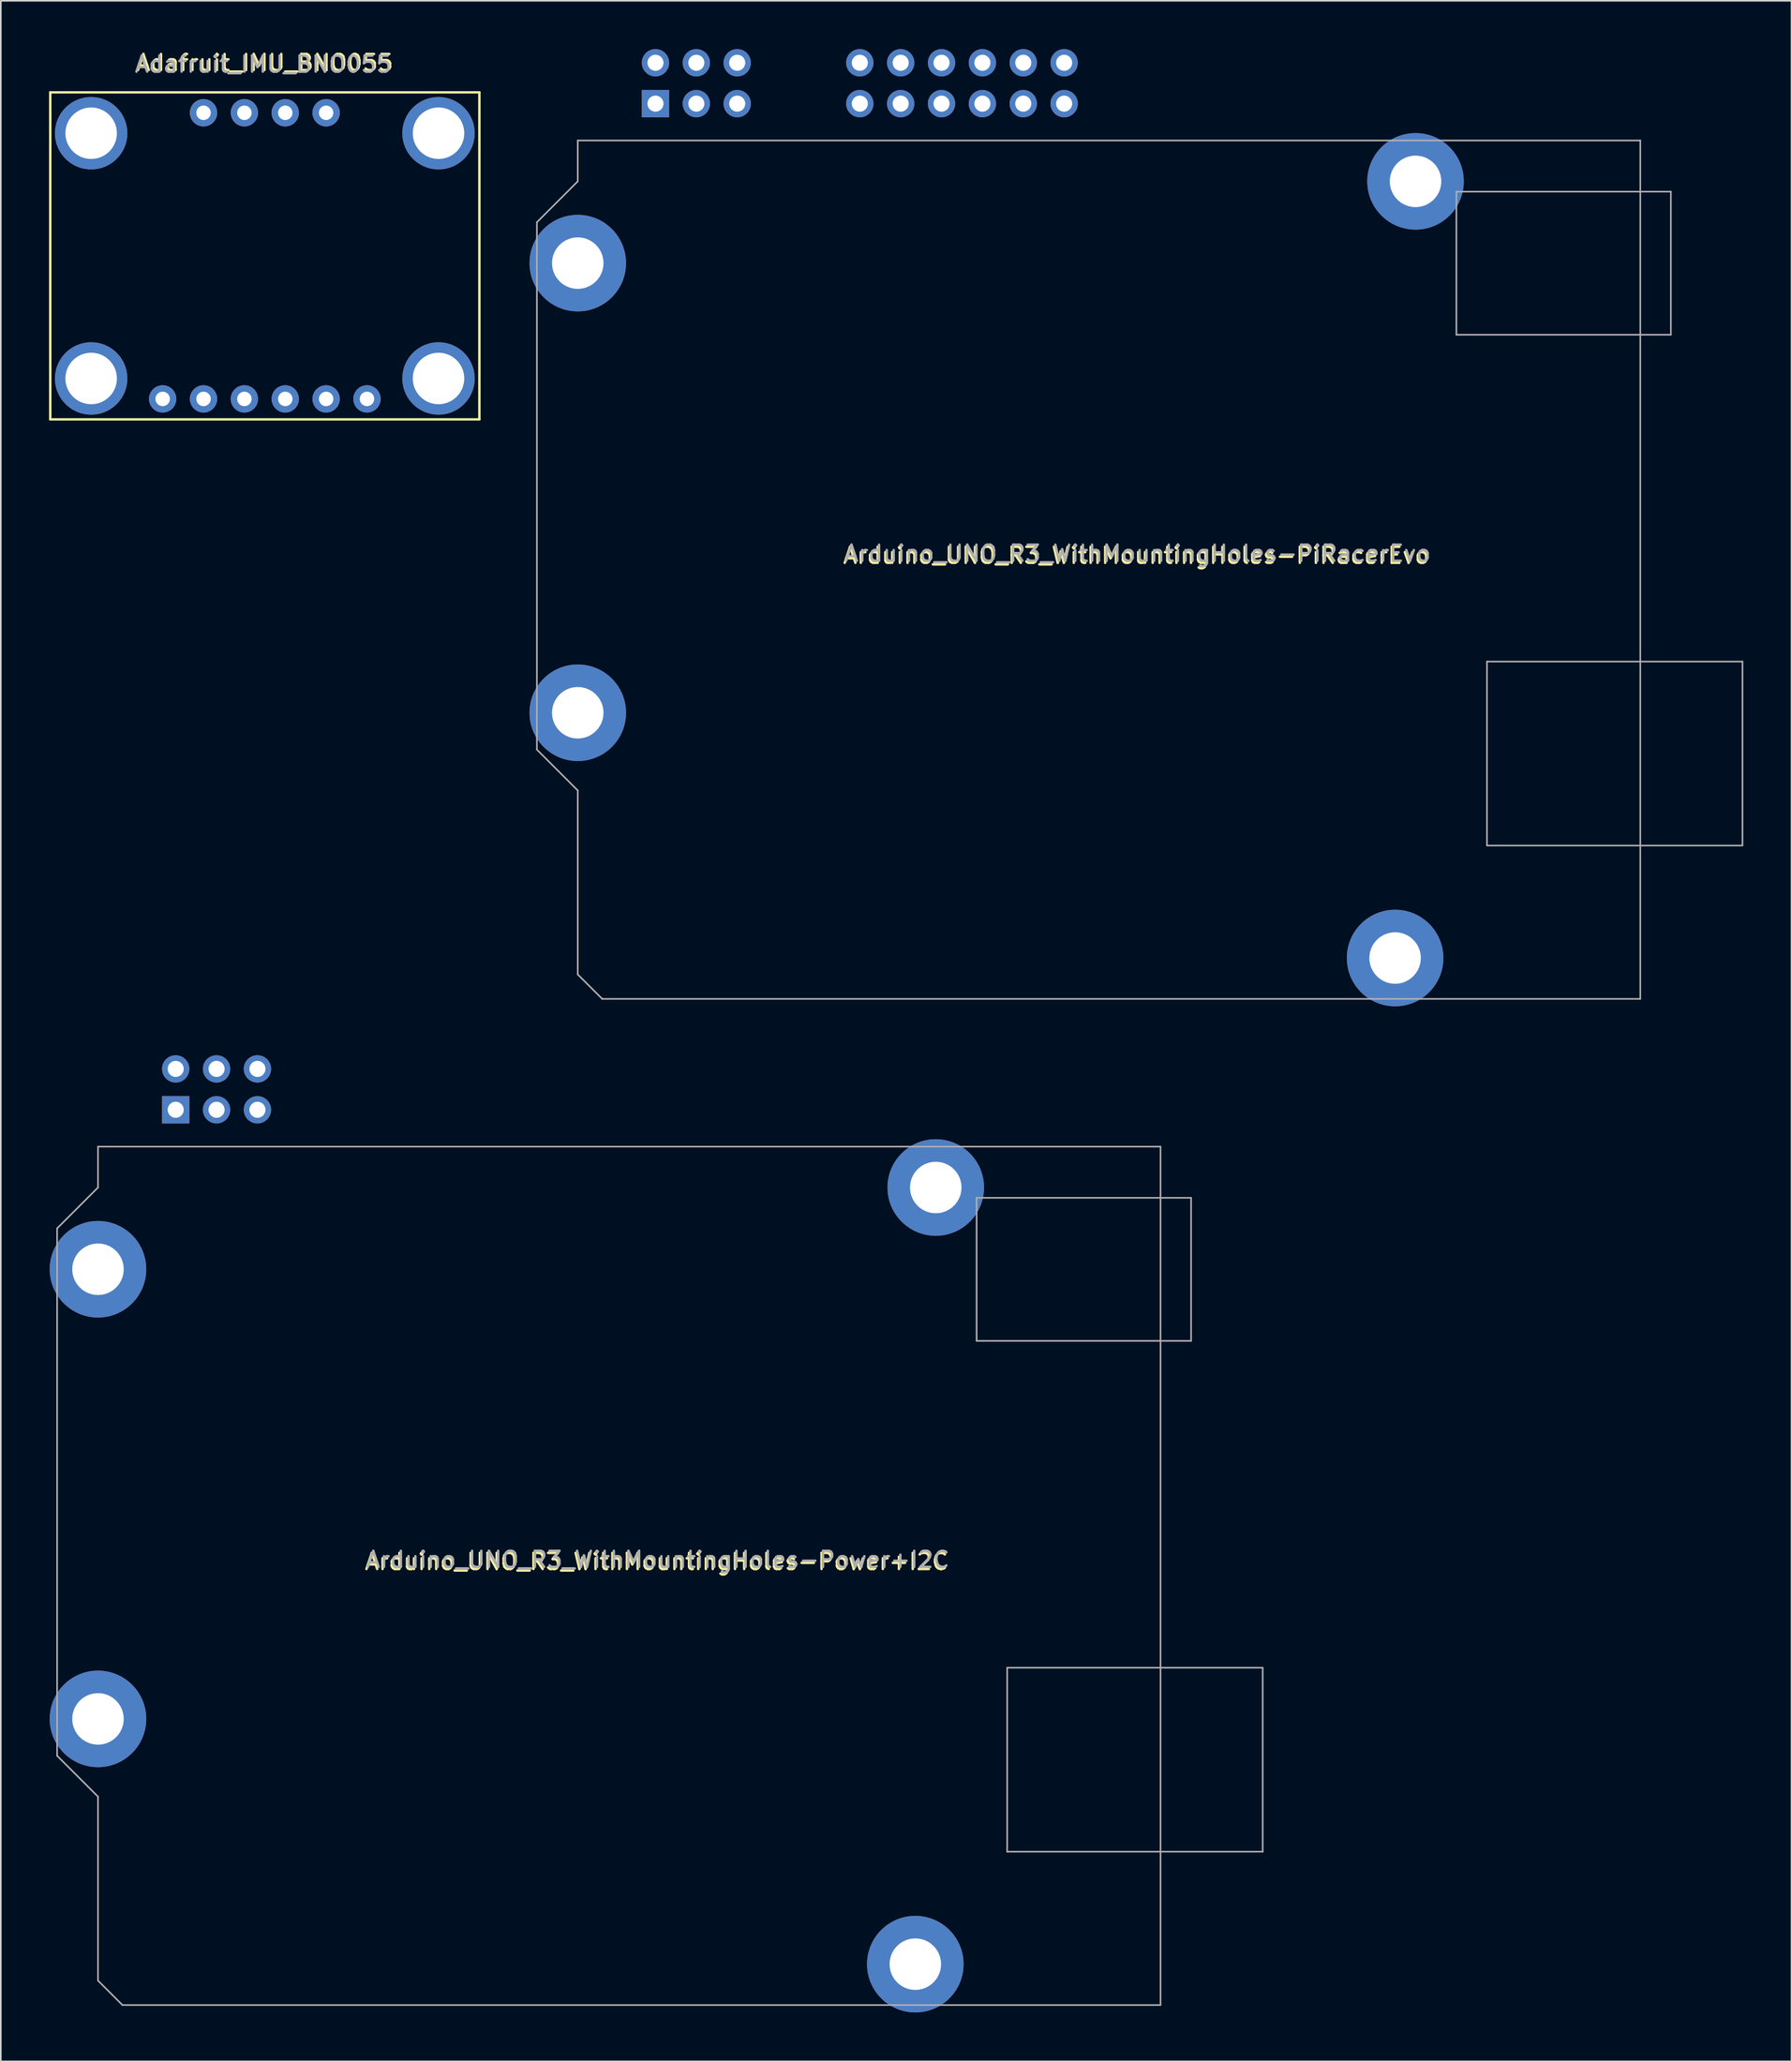
<source format=kicad_pcb>
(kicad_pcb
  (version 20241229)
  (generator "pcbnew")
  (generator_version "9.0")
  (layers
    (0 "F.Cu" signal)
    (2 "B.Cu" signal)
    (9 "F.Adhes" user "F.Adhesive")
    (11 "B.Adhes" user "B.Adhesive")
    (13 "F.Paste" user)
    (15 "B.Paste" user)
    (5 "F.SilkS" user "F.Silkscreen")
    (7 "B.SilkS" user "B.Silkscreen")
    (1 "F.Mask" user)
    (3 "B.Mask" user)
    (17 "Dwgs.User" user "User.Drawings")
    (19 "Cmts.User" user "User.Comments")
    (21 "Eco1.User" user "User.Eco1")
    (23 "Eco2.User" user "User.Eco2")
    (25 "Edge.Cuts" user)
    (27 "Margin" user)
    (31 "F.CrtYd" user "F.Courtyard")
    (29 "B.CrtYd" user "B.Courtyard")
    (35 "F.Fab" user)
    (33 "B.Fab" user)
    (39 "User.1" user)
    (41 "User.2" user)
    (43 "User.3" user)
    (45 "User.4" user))
  (footprint "Arduino_UNO_R3_WithMountingHoles-PiRacerEvo"
    (layer "F.Cu")
    (at 30.07 59.27)
    (property "Reference" "Arduino_UNO_R3_WithMountingHoles-PiRacerEvo" (at 37.5 -27.8 180) (layer "F.SilkS") (effects (font (size 1 1) (thickness 0.15))))
    (attr through_hole)
    (fp_line (start 0.25 -48.51) (end 0.25 -15.74) (stroke (width 0.1) (type solid)) (layer "F.Fab"))
    (fp_line (start 0.25 -15.74) (end 2.79 -13.2) (stroke (width 0.1) (type solid)) (layer "F.Fab"))
    (fp_line (start 2.79 -53.59) (end 2.79 -51.05) (stroke (width 0.1) (type solid)) (layer "F.Fab"))
    (fp_line (start 2.79 -51.05) (end 0.25 -48.51) (stroke (width 0.1) (type solid)) (layer "F.Fab"))
    (fp_line (start 2.79 -13.2) (end 2.79 -1.77) (stroke (width 0.1) (type solid)) (layer "F.Fab"))
    (fp_line (start 2.79 -1.77) (end 4.31 -0.25) (stroke (width 0.1) (type solid)) (layer "F.Fab"))
    (fp_line (start 4.31 -0.25) (end 68.83 -0.25) (stroke (width 0.1) (type solid)) (layer "F.Fab"))
    (fp_line (start 57.4 -50.41) (end 57.4 -41.52) (stroke (width 0.1) (type solid)) (layer "F.Fab"))
    (fp_line (start 57.4 -41.52) (end 70.73 -41.52) (stroke (width 0.1) (type solid)) (layer "F.Fab"))
    (fp_line (start 59.3 -21.21) (end 59.3 -9.78) (stroke (width 0.1) (type solid)) (layer "F.Fab"))
    (fp_line (start 59.3 -9.78) (end 75.18 -9.78) (stroke (width 0.1) (type solid)) (layer "F.Fab"))
    (fp_line (start 68.83 -53.59) (end 2.79 -53.59) (stroke (width 0.1) (type solid)) (layer "F.Fab"))
    (fp_line (start 68.83 -0.25) (end 68.83 -53.59) (stroke (width 0.1) (type solid)) (layer "F.Fab"))
    (fp_line (start 70.73 -50.41) (end 57.4 -50.41) (stroke (width 0.1) (type solid)) (layer "F.Fab"))
    (fp_line (start 70.73 -41.52) (end 70.73 -50.41) (stroke (width 0.1) (type solid)) (layer "F.Fab"))
    (fp_line (start 75.18 -21.21) (end 59.3 -21.21) (stroke (width 0.1) (type solid)) (layer "F.Fab"))
    (fp_line (start 75.18 -9.78) (end 75.18 -21.21) (stroke (width 0.1) (type solid)) (layer "F.Fab"))
    (fp_text user "${REFERENCE}" (at 37.59 -27.93 180) (layer "F.Fab") (effects (font (size 1 1) (thickness 0.15))))
    (pad "" np_thru_hole circle (at 2.79 -45.97 270) (size 6 6) (drill 3.2) (layers "*.Cu" "*.Mask"))
    (pad "" np_thru_hole circle (at 2.79 -18.03 270) (size 6 6) (drill 3.2) (layers "*.Cu" "*.Mask"))
    (pad "" np_thru_hole circle (at 53.59 -2.79 270) (size 6 6) (drill 3.2) (layers "*.Cu" "*.Mask"))
    (pad "" np_thru_hole circle (at 54.86 -51.05 270) (size 6 6) (drill 3.2) (layers "*.Cu" "*.Mask"))
    (pad "1" thru_hole rect (at 7.62 -55.88 90) (size 1.7 1.7) (drill 1) (layers "*.Cu" "*.Mask"))
    (pad "2" thru_hole circle (at 7.62 -58.42 90) (size 1.7 1.7) (drill 1) (layers "*.Cu" "*.Mask"))
    (pad "3" thru_hole circle (at 10.16 -55.88 90) (size 1.7 1.7) (drill 1) (layers "*.Cu" "*.Mask"))
    (pad "4" thru_hole circle (at 10.16 -58.42 90) (size 1.7 1.7) (drill 1) (layers "*.Cu" "*.Mask"))
    (pad "5" thru_hole circle (at 12.7 -55.88 90) (size 1.7 1.7) (drill 1) (layers "*.Cu" "*.Mask"))
    (pad "6" thru_hole circle (at 12.7 -58.42 90) (size 1.7 1.7) (drill 1) (layers "*.Cu" "*.Mask"))
    (pad "7" thru_hole circle (at 20.32 -55.88 180) (size 1.7 1.7) (drill 1) (layers "*.Cu" "*.Mask"))
    (pad "8" thru_hole circle (at 20.32 -58.42 180) (size 1.7 1.7) (drill 1) (layers "*.Cu" "*.Mask"))
    (pad "9" thru_hole circle (at 22.86 -55.88 180) (size 1.7 1.7) (drill 1) (layers "*.Cu" "*.Mask"))
    (pad "10" thru_hole circle (at 22.86 -58.42 180) (size 1.7 1.7) (drill 1) (layers "*.Cu" "*.Mask"))
    (pad "11" thru_hole circle (at 25.4 -55.88 180) (size 1.7 1.7) (drill 1) (layers "*.Cu" "*.Mask"))
    (pad "12" thru_hole circle (at 25.4 -58.42 180) (size 1.7 1.7) (drill 1) (layers "*.Cu" "*.Mask"))
    (pad "13" thru_hole circle (at 27.94 -55.88 180) (size 1.7 1.7) (drill 1) (layers "*.Cu" "*.Mask"))
    (pad "14" thru_hole circle (at 27.94 -58.42 180) (size 1.7 1.7) (drill 1) (layers "*.Cu" "*.Mask"))
    (pad "15" thru_hole circle (at 30.48 -55.88 180) (size 1.7 1.7) (drill 1) (layers "*.Cu" "*.Mask"))
    (pad "16" thru_hole circle (at 30.48 -58.42 180) (size 1.7 1.7) (drill 1) (layers "*.Cu" "*.Mask"))
    (pad "17" thru_hole circle (at 33.02 -55.88 180) (size 1.7 1.7) (drill 1) (layers "*.Cu" "*.Mask"))
    (pad "18" thru_hole circle (at 33.02 -58.42 180) (size 1.7 1.7) (drill 1) (layers "*.Cu" "*.Mask")))
  (footprint "Arduino_UNO_R3_WithMountingHoles-Power+I2C"
    (layer "F.Cu")
    (at 0.25 121.79)
    (property "Reference" "Arduino_UNO_R3_WithMountingHoles-Power+I2C" (at 37.5 -27.8 180) (layer "F.SilkS") (effects (font (size 1 1) (thickness 0.15))))
    (attr through_hole)
    (fp_line (start 0.25 -48.51) (end 0.25 -15.74) (stroke (width 0.1) (type solid)) (layer "F.Fab"))
    (fp_line (start 0.25 -15.74) (end 2.79 -13.2) (stroke (width 0.1) (type solid)) (layer "F.Fab"))
    (fp_line (start 2.79 -53.59) (end 2.79 -51.05) (stroke (width 0.1) (type solid)) (layer "F.Fab"))
    (fp_line (start 2.79 -51.05) (end 0.25 -48.51) (stroke (width 0.1) (type solid)) (layer "F.Fab"))
    (fp_line (start 2.79 -13.2) (end 2.79 -1.77) (stroke (width 0.1) (type solid)) (layer "F.Fab"))
    (fp_line (start 2.79 -1.77) (end 4.31 -0.25) (stroke (width 0.1) (type solid)) (layer "F.Fab"))
    (fp_line (start 4.31 -0.25) (end 68.83 -0.25) (stroke (width 0.1) (type solid)) (layer "F.Fab"))
    (fp_line (start 57.4 -50.41) (end 57.4 -41.52) (stroke (width 0.1) (type solid)) (layer "F.Fab"))
    (fp_line (start 57.4 -41.52) (end 70.73 -41.52) (stroke (width 0.1) (type solid)) (layer "F.Fab"))
    (fp_line (start 59.3 -21.21) (end 59.3 -9.78) (stroke (width 0.1) (type solid)) (layer "F.Fab"))
    (fp_line (start 59.3 -9.78) (end 75.18 -9.78) (stroke (width 0.1) (type solid)) (layer "F.Fab"))
    (fp_line (start 68.83 -53.59) (end 2.79 -53.59) (stroke (width 0.1) (type solid)) (layer "F.Fab"))
    (fp_line (start 68.83 -0.25) (end 68.83 -53.59) (stroke (width 0.1) (type solid)) (layer "F.Fab"))
    (fp_line (start 70.73 -50.41) (end 57.4 -50.41) (stroke (width 0.1) (type solid)) (layer "F.Fab"))
    (fp_line (start 70.73 -41.52) (end 70.73 -50.41) (stroke (width 0.1) (type solid)) (layer "F.Fab"))
    (fp_line (start 75.18 -21.21) (end 59.3 -21.21) (stroke (width 0.1) (type solid)) (layer "F.Fab"))
    (fp_line (start 75.18 -9.78) (end 75.18 -21.21) (stroke (width 0.1) (type solid)) (layer "F.Fab"))
    (fp_text user "${REFERENCE}" (at 37.59 -27.93 180) (layer "F.Fab") (effects (font (size 1 1) (thickness 0.15))))
    (pad "" np_thru_hole circle (at 2.79 -45.97 270) (size 6 6) (drill 3.2) (layers "*.Cu" "*.Mask"))
    (pad "" np_thru_hole circle (at 2.79 -18.03 270) (size 6 6) (drill 3.2) (layers "*.Cu" "*.Mask"))
    (pad "" np_thru_hole circle (at 53.59 -2.79 270) (size 6 6) (drill 3.2) (layers "*.Cu" "*.Mask"))
    (pad "" np_thru_hole circle (at 54.86 -51.05 270) (size 6 6) (drill 3.2) (layers "*.Cu" "*.Mask"))
    (pad "1" thru_hole rect (at 7.62 -55.88 90) (size 1.7 1.7) (drill 1) (layers "*.Cu" "*.Mask"))
    (pad "2" thru_hole circle (at 7.62 -58.42 90) (size 1.7 1.7) (drill 1) (layers "*.Cu" "*.Mask"))
    (pad "3" thru_hole circle (at 10.16 -55.88 90) (size 1.7 1.7) (drill 1) (layers "*.Cu" "*.Mask"))
    (pad "4" thru_hole circle (at 10.16 -58.42 90) (size 1.7 1.7) (drill 1) (layers "*.Cu" "*.Mask"))
    (pad "5" thru_hole circle (at 12.7 -55.88 90) (size 1.7 1.7) (drill 1) (layers "*.Cu" "*.Mask"))
    (pad "6" thru_hole circle (at 12.7 -58.42 90) (size 1.7 1.7) (drill 1) (layers "*.Cu" "*.Mask")))
  (footprint "Adafruit_IMU_BNO055"
    (layer "F.Cu")
    (at 13.41 12.848)
    (property "Reference" "Adafruit_IMU_BNO055" (at 0 -12 0) (layer "F.SilkS") (effects (font (size 1 1) (thickness 0.15))))
    (attr through_hole)
    (fp_line (start -13.335 -10.16) (end 13.335 -10.16) (stroke (width 0.15) (type solid)) (layer "F.SilkS"))
    (fp_line (start -13.335 10.16) (end -13.335 -10.16) (stroke (width 0.15) (type solid)) (layer "F.SilkS"))
    (fp_line (start 13.335 -10.16) (end 13.335 10.16) (stroke (width 0.15) (type solid)) (layer "F.SilkS"))
    (fp_line (start 13.335 10.16) (end -13.335 10.16) (stroke (width 0.15) (type solid)) (layer "F.SilkS"))
    (fp_text user "${REFERENCE}" (at -0.1 -11.9 0) (layer "F.Fab") (effects (font (size 1 1) (thickness 0.15))))
    (pad "" np_thru_hole circle (at -10.795 -7.62) (size 4.5 4.5) (drill 3.2) (layers "*.Cu" "*.Mask"))
    (pad "" np_thru_hole circle (at -10.795 7.62) (size 4.5 4.5) (drill 3.2) (layers "*.Cu" "*.Mask"))
    (pad "" np_thru_hole circle (at 10.795 -7.62) (size 4.5 4.5) (drill 3.2) (layers "*.Cu" "*.Mask"))
    (pad "" np_thru_hole circle (at 10.795 7.62) (size 4.5 4.5) (drill 3.2) (layers "*.Cu" "*.Mask"))
    (pad "1" thru_hole circle (at -3.81 -8.89) (size 1.7 1.7) (drill 0.9) (layers "*.Cu" "*.Mask"))
    (pad "2" thru_hole circle (at -1.27 -8.89) (size 1.7 1.7) (drill 0.9) (layers "*.Cu" "*.Mask"))
    (pad "3" thru_hole circle (at 1.27 -8.89) (size 1.7 1.7) (drill 0.9) (layers "*.Cu" "*.Mask"))
    (pad "4" thru_hole circle (at 3.81 -8.89) (size 1.7 1.7) (drill 0.9) (layers "*.Cu" "*.Mask"))
    (pad "5" thru_hole circle (at -6.35 8.89) (size 1.7 1.7) (drill 0.9) (layers "*.Cu" "*.Mask"))
    (pad "6" thru_hole circle (at -3.81 8.89) (size 1.7 1.7) (drill 0.9) (layers "*.Cu" "*.Mask"))
    (pad "7" thru_hole circle (at -1.27 8.89) (size 1.7 1.7) (drill 0.9) (layers "*.Cu" "*.Mask"))
    (pad "8" thru_hole circle (at 1.27 8.89) (size 1.7 1.7) (drill 0.9) (layers "*.Cu" "*.Mask"))
    (pad "9" thru_hole circle (at 3.81 8.89) (size 1.7 1.7) (drill 0.9) (layers "*.Cu" "*.Mask"))
    (pad "10" thru_hole circle (at 6.35 8.89) (size 1.7 1.7) (drill 0.9) (layers "*.Cu" "*.Mask")))
  (gr_rect
    (start -3 -3)
    (end 108.3 125.04)
    (stroke (width 0.1) (type default))
    (fill no)
    (layer "Edge.Cuts")))
</source>
